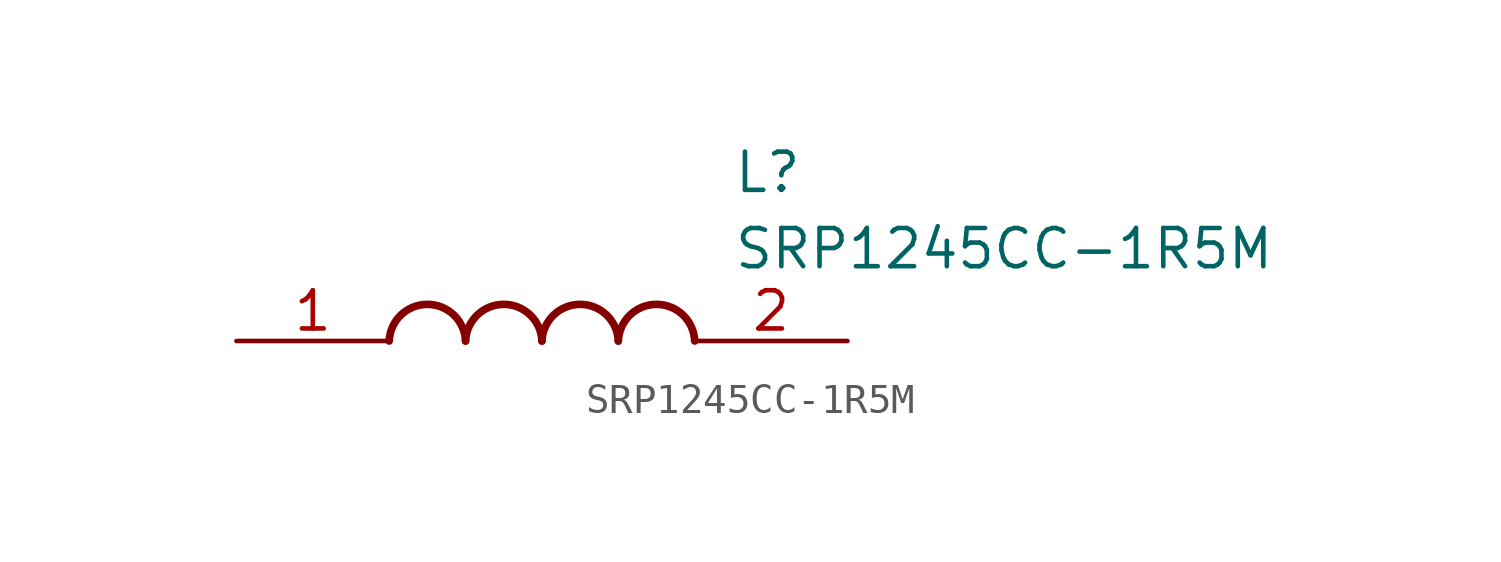
<source format=kicad_sym>
(kicad_symbol_lib
  (version 20211014)
  (generator SamacSys_ECAD_Model)
  (symbol "SRP1245CC-1R5M"
    (pin_names hide)
    (property "Reference" "L"
      (at 16.51 6.35 0)
      (effects (font (size 1.27 1.27)) (justify left top)))
    (property "Value" "SRP1245CC-1R5M"
      (at 16.51 3.81 0)
      (effects (font (size 1.27 1.27)) (justify left top)))
    (arc
      (start 7.62 0)
      (mid 6.35 1.219)
      (end 5.08 0)
      (stroke (width 0.254) (type default))
      (fill (type none)))
    (arc
      (start 10.16 0)
      (mid 8.89 1.219)
      (end 7.62 0)
      (stroke (width 0.254) (type default))
      (fill (type none)))
    (arc
      (start 12.7 0)
      (mid 11.43 1.219)
      (end 10.16 0)
      (stroke (width 0.254) (type default))
      (fill (type none)))
    (arc
      (start 15.24 0)
      (mid 13.97 1.219)
      (end 12.7 0)
      (stroke (width 0.254) (type default))
      (fill (type none)))
    (pin passive line
      (at 0 0 0)
      (length 5.08)
      (name "1" (effects (font (size 1.27 1.27))))
      (number "1" (effects (font (size 1.27 1.27)))))
    (pin passive line
      (at 20.32 0 180)
      (length 5.08)
      (name "2" (effects (font (size 1.27 1.27))))
      (number "2" (effects (font (size 1.27 1.27)))))))
</source>
